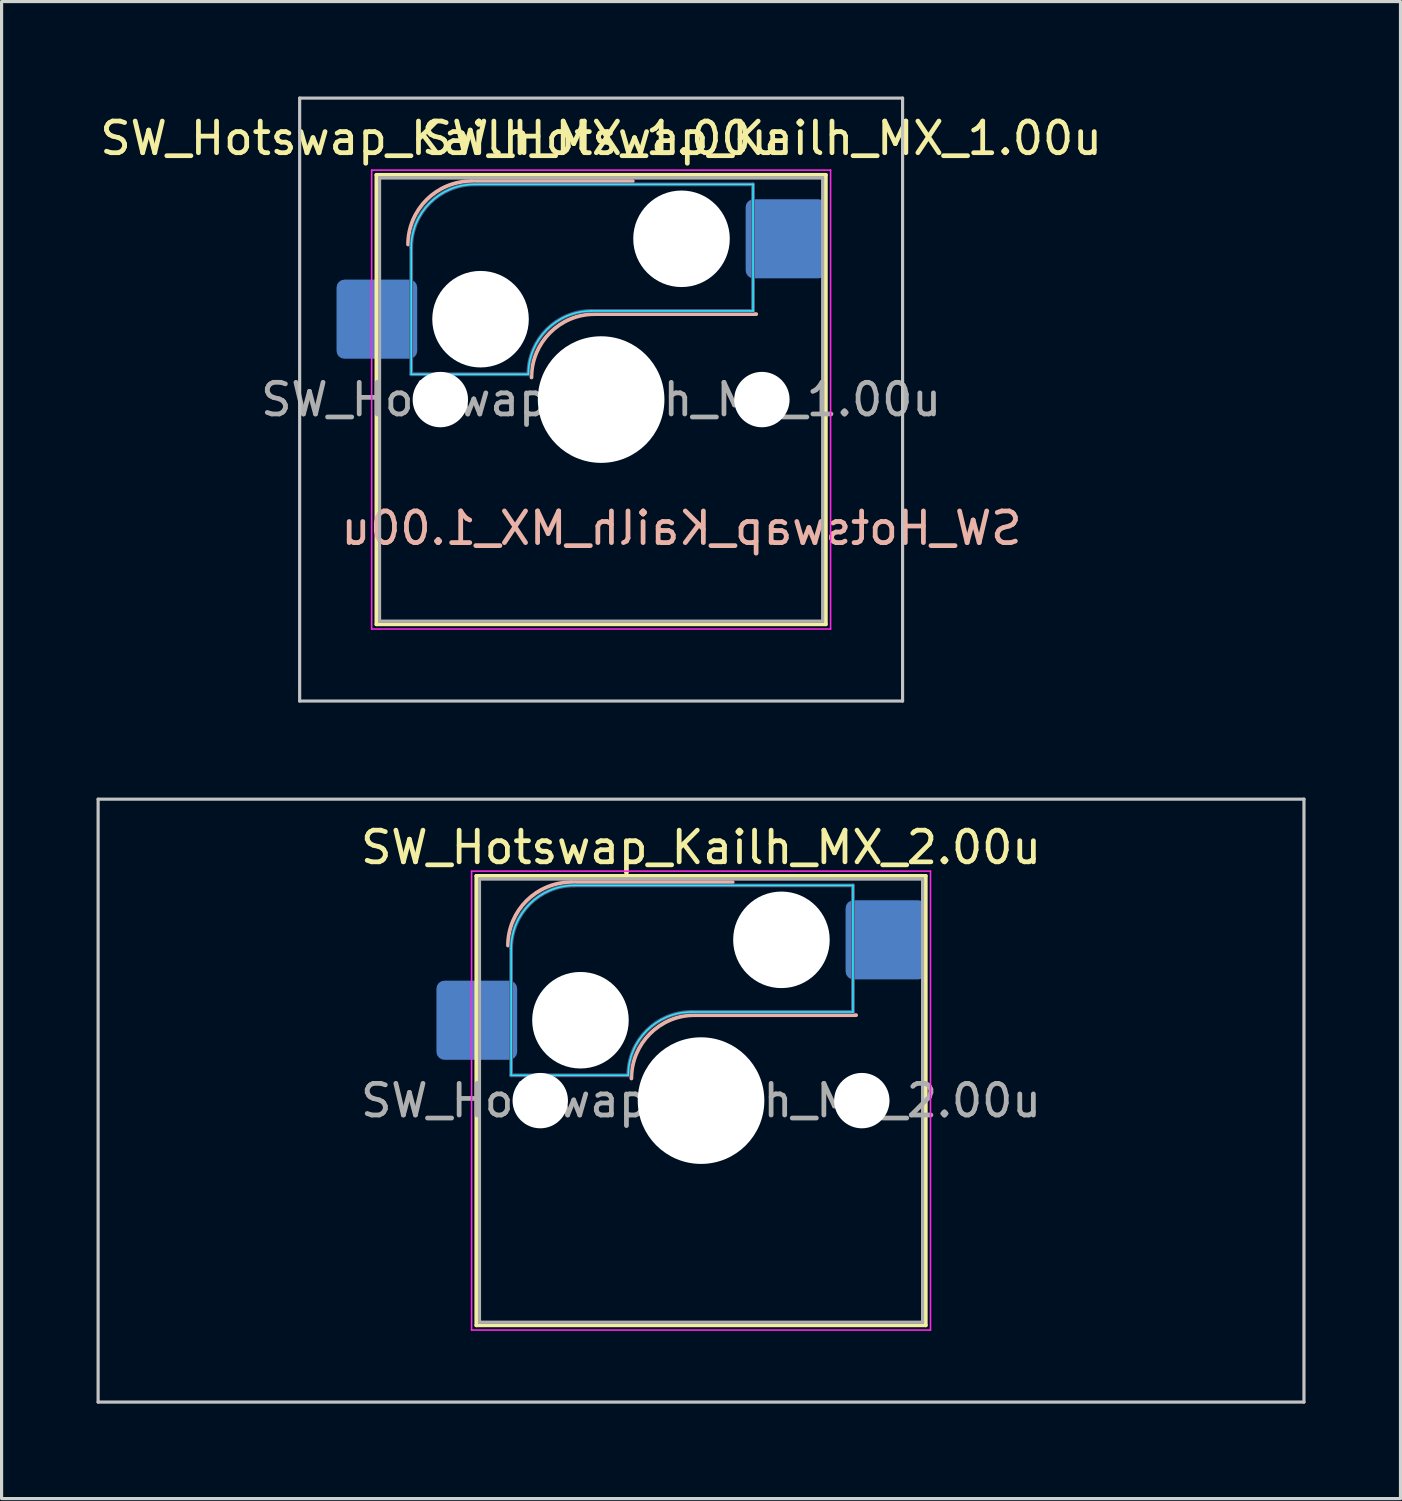
<source format=kicad_pcb>
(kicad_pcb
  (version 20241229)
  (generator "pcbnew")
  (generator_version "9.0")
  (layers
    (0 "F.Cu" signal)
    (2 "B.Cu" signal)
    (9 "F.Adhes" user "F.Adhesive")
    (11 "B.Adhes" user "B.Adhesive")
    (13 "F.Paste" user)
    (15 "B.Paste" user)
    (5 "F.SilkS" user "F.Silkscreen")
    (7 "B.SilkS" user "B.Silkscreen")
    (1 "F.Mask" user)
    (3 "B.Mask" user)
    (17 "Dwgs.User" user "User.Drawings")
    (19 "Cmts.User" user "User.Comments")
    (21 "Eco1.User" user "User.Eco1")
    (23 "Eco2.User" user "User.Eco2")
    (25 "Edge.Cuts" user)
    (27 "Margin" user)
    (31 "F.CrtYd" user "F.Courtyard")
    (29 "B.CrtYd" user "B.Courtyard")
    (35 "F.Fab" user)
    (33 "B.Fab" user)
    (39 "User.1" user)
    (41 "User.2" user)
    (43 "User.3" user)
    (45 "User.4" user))
  (footprint "SW_Hotswap_Kailh_MX_1.00u"
    (layer "F.Cu")
    (at 15.943 9.575)
    (property "Reference" "SW_Hotswap_Kailh_MX_1.00u" (at -5.08 -8.255 0) (layer "F.SilkS") (effects (font (size 1 1) (thickness 0.15))))
    (property "Value" "SW_Hotswap_Kailh_MX_1.00u" (at -2.54 4.064 0) (layer "B.SilkS") (hide yes) (effects (font (size 1 1) (thickness 0.15)) (justify mirror)))
    (attr smd)
    (fp_line (start -7.1 -7.1) (end -7.1 7.1) (stroke (width 0.12) (type solid)) (layer "F.SilkS"))
    (fp_line (start -7.1 7.1) (end 7.1 7.1) (stroke (width 0.12) (type solid)) (layer "F.SilkS"))
    (fp_line (start 7.1 -7.1) (end -7.1 -7.1) (stroke (width 0.12) (type solid)) (layer "F.SilkS"))
    (fp_line (start 7.1 7.1) (end 7.1 -7.1) (stroke (width 0.12) (type solid)) (layer "F.SilkS"))
    (fp_line (start -4.1 -6.9) (end 1 -6.9) (stroke (width 0.12) (type solid)) (layer "B.SilkS"))
    (fp_line (start -0.2 -2.7) (end 4.9 -2.7) (stroke (width 0.12) (type solid)) (layer "B.SilkS"))
    (fp_arc (start -6.1 -4.9) (mid -5.514214 -6.314214) (end -4.1 -6.9) (stroke (width 0.12) (type solid)) (layer "B.SilkS"))
    (fp_arc (start -2.2 -0.7) (mid -1.614214 -2.114214) (end -0.2 -2.7) (stroke (width 0.12) (type solid)) (layer "B.SilkS"))
    (fp_line (start -9.525 -9.525) (end -9.525 9.525) (stroke (width 0.1) (type solid)) (layer "Dwgs.User"))
    (fp_line (start -9.525 9.525) (end 9.525 9.525) (stroke (width 0.1) (type solid)) (layer "Dwgs.User"))
    (fp_line (start 9.525 -9.525) (end -9.525 -9.525) (stroke (width 0.1) (type solid)) (layer "Dwgs.User"))
    (fp_line (start 9.525 9.525) (end 9.525 -9.525) (stroke (width 0.1) (type solid)) (layer "Dwgs.User"))
    (fp_line (start -7.8 -6) (end -7 -6) (stroke (width 0.1) (type solid)) (layer "Eco1.User"))
    (fp_line (start -7.8 -2.9) (end -7.8 -6) (stroke (width 0.1) (type solid)) (layer "Eco1.User"))
    (fp_line (start -7.8 2.9) (end -7 2.9) (stroke (width 0.1) (type solid)) (layer "Eco1.User"))
    (fp_line (start -7.8 6) (end -7.8 2.9) (stroke (width 0.1) (type solid)) (layer "Eco1.User"))
    (fp_line (start -7 -7) (end 7 -7) (stroke (width 0.1) (type solid)) (layer "Eco1.User"))
    (fp_line (start -7 -6) (end -7 -7) (stroke (width 0.1) (type solid)) (layer "Eco1.User"))
    (fp_line (start -7 -2.9) (end -7.8 -2.9) (stroke (width 0.1) (type solid)) (layer "Eco1.User"))
    (fp_line (start -7 2.9) (end -7 -2.9) (stroke (width 0.1) (type solid)) (layer "Eco1.User"))
    (fp_line (start -7 6) (end -7.8 6) (stroke (width 0.1) (type solid)) (layer "Eco1.User"))
    (fp_line (start -7 7) (end -7 6) (stroke (width 0.1) (type solid)) (layer "Eco1.User"))
    (fp_line (start 7 -7) (end 7 -6) (stroke (width 0.1) (type solid)) (layer "Eco1.User"))
    (fp_line (start 7 -6) (end 7.8 -6) (stroke (width 0.1) (type solid)) (layer "Eco1.User"))
    (fp_line (start 7 -2.9) (end 7 2.9) (stroke (width 0.1) (type solid)) (layer "Eco1.User"))
    (fp_line (start 7 2.9) (end 7.8 2.9) (stroke (width 0.1) (type solid)) (layer "Eco1.User"))
    (fp_line (start 7 6) (end 7 7) (stroke (width 0.1) (type solid)) (layer "Eco1.User"))
    (fp_line (start 7 7) (end -7 7) (stroke (width 0.1) (type solid)) (layer "Eco1.User"))
    (fp_line (start 7.8 -6) (end 7.8 -2.9) (stroke (width 0.1) (type solid)) (layer "Eco1.User"))
    (fp_line (start 7.8 -2.9) (end 7 -2.9) (stroke (width 0.1) (type solid)) (layer "Eco1.User"))
    (fp_line (start 7.8 2.9) (end 7.8 6) (stroke (width 0.1) (type solid)) (layer "Eco1.User"))
    (fp_line (start 7.8 6) (end 7 6) (stroke (width 0.1) (type solid)) (layer "Eco1.User"))
    (fp_line (start -6 -0.8) (end -6 -4.8) (stroke (width 0.05) (type solid)) (layer "B.CrtYd"))
    (fp_line (start -6 -0.8) (end -2.3 -0.8) (stroke (width 0.05) (type solid)) (layer "B.CrtYd"))
    (fp_line (start -4 -6.8) (end 4.8 -6.8) (stroke (width 0.05) (type solid)) (layer "B.CrtYd"))
    (fp_line (start -0.3 -2.8) (end 4.8 -2.8) (stroke (width 0.05) (type solid)) (layer "B.CrtYd"))
    (fp_line (start 4.8 -6.8) (end 4.8 -2.8) (stroke (width 0.05) (type solid)) (layer "B.CrtYd"))
    (fp_arc (start -6 -4.8) (mid -5.414214 -6.214214) (end -4 -6.8) (stroke (width 0.05) (type solid)) (layer "B.CrtYd"))
    (fp_arc (start -2.3 -0.8) (mid -1.714214 -2.214214) (end -0.3 -2.8) (stroke (width 0.05) (type solid)) (layer "B.CrtYd"))
    (fp_line (start -7.25 -7.25) (end -7.25 7.25) (stroke (width 0.05) (type solid)) (layer "F.CrtYd"))
    (fp_line (start -7.25 7.25) (end 7.25 7.25) (stroke (width 0.05) (type solid)) (layer "F.CrtYd"))
    (fp_line (start 7.25 -7.25) (end -7.25 -7.25) (stroke (width 0.05) (type solid)) (layer "F.CrtYd"))
    (fp_line (start 7.25 7.25) (end 7.25 -7.25) (stroke (width 0.05) (type solid)) (layer "F.CrtYd"))
    (fp_line (start -6 -0.8) (end -6 -4.8) (stroke (width 0.12) (type solid)) (layer "B.Fab"))
    (fp_line (start -6 -0.8) (end -2.3 -0.8) (stroke (width 0.12) (type solid)) (layer "B.Fab"))
    (fp_line (start -4 -6.8) (end 4.8 -6.8) (stroke (width 0.12) (type solid)) (layer "B.Fab"))
    (fp_line (start -0.3 -2.8) (end 4.8 -2.8) (stroke (width 0.12) (type solid)) (layer "B.Fab"))
    (fp_line (start 4.8 -6.8) (end 4.8 -2.8) (stroke (width 0.12) (type solid)) (layer "B.Fab"))
    (fp_arc (start -6 -4.8) (mid -5.414214 -6.214214) (end -4 -6.8) (stroke (width 0.12) (type solid)) (layer "B.Fab"))
    (fp_arc (start -2.3 -0.8) (mid -1.714214 -2.214214) (end -0.3 -2.8) (stroke (width 0.12) (type solid)) (layer "B.Fab"))
    (fp_line (start -7 -7) (end -7 7) (stroke (width 0.1) (type solid)) (layer "F.Fab"))
    (fp_line (start -7 7) (end 7 7) (stroke (width 0.1) (type solid)) (layer "F.Fab"))
    (fp_line (start 7 -7) (end -7 -7) (stroke (width 0.1) (type solid)) (layer "F.Fab"))
    (fp_line (start 7 7) (end 7 -7) (stroke (width 0.1) (type solid)) (layer "F.Fab"))
    (fp_text user "${VALUE}" (at 5.08 -8.255 0) (layer "F.SilkS") (effects (font (size 1 1) (thickness 0.15))))
    (fp_text user "${REFERENCE}" (at 2.54 4.064 0) (layer "B.SilkS") (effects (font (size 1 1) (thickness 0.15)) (justify mirror)))
    (fp_text user "${REFERENCE}" (at 0 0 0) (layer "F.Fab") (effects (font (size 1 1) (thickness 0.15))))
    (pad "" np_thru_hole circle (at -5.08 0) (size 1.75 1.75) (drill 1.75) (layers "*.Cu" "*.Mask"))
    (pad "" np_thru_hole circle (at -3.81 -2.54) (size 3.05 3.05) (drill 3.05) (layers "*.Cu" "*.Mask"))
    (pad "" np_thru_hole circle (at 0 0) (size 4 4) (drill 4) (layers "*.Cu" "*.Mask"))
    (pad "" np_thru_hole circle (at 2.54 -5.08) (size 3.05 3.05) (drill 3.05) (layers "*.Cu" "*.Mask"))
    (pad "" np_thru_hole circle (at 5.08 0) (size 1.75 1.75) (drill 1.75) (layers "*.Cu" "*.Mask"))
    (pad "1" smd roundrect (at -7.085 -2.54) (size 2.55 2.5) (layers "B.Cu" "B.Mask" "B.Paste") (roundrect_rratio 0.1))
    (pad "2" smd roundrect (at 5.842 -5.08) (size 2.55 2.5) (layers "B.Cu" "B.Mask" "B.Paste") (roundrect_rratio 0.1)))
  (footprint "SW_Hotswap_Kailh_MX_2.00u"
    (layer "F.Cu")
    (at 19.1 31.725)
    (property "Reference" "SW_Hotswap_Kailh_MX_2.00u" (at 0 -8 0) (layer "F.SilkS") (effects (font (size 1 1) (thickness 0.15))))
    (attr smd)
    (fp_line (start -7.1 -7.1) (end -7.1 7.1) (stroke (width 0.12) (type solid)) (layer "F.SilkS"))
    (fp_line (start -7.1 7.1) (end 7.1 7.1) (stroke (width 0.12) (type solid)) (layer "F.SilkS"))
    (fp_line (start 7.1 -7.1) (end -7.1 -7.1) (stroke (width 0.12) (type solid)) (layer "F.SilkS"))
    (fp_line (start 7.1 7.1) (end 7.1 -7.1) (stroke (width 0.12) (type solid)) (layer "F.SilkS"))
    (fp_line (start -4.1 -6.9) (end 1 -6.9) (stroke (width 0.12) (type solid)) (layer "B.SilkS"))
    (fp_line (start -0.2 -2.7) (end 4.9 -2.7) (stroke (width 0.12) (type solid)) (layer "B.SilkS"))
    (fp_arc (start -6.1 -4.9) (mid -5.514214 -6.314214) (end -4.1 -6.9) (stroke (width 0.12) (type solid)) (layer "B.SilkS"))
    (fp_arc (start -2.2 -0.7) (mid -1.614214 -2.114214) (end -0.2 -2.7) (stroke (width 0.12) (type solid)) (layer "B.SilkS"))
    (fp_line (start -19.05 -9.525) (end -19.05 9.525) (stroke (width 0.1) (type solid)) (layer "Dwgs.User"))
    (fp_line (start -19.05 9.525) (end 19.05 9.525) (stroke (width 0.1) (type solid)) (layer "Dwgs.User"))
    (fp_line (start 19.05 -9.525) (end -19.05 -9.525) (stroke (width 0.1) (type solid)) (layer "Dwgs.User"))
    (fp_line (start 19.05 9.525) (end 19.05 -9.525) (stroke (width 0.1) (type solid)) (layer "Dwgs.User"))
    (fp_line (start -7.8 -6) (end -7 -6) (stroke (width 0.1) (type solid)) (layer "Eco1.User"))
    (fp_line (start -7.8 -2.9) (end -7.8 -6) (stroke (width 0.1) (type solid)) (layer "Eco1.User"))
    (fp_line (start -7.8 2.9) (end -7 2.9) (stroke (width 0.1) (type solid)) (layer "Eco1.User"))
    (fp_line (start -7.8 6) (end -7.8 2.9) (stroke (width 0.1) (type solid)) (layer "Eco1.User"))
    (fp_line (start -7 -7) (end 7 -7) (stroke (width 0.1) (type solid)) (layer "Eco1.User"))
    (fp_line (start -7 -6) (end -7 -7) (stroke (width 0.1) (type solid)) (layer "Eco1.User"))
    (fp_line (start -7 -2.9) (end -7.8 -2.9) (stroke (width 0.1) (type solid)) (layer "Eco1.User"))
    (fp_line (start -7 2.9) (end -7 -2.9) (stroke (width 0.1) (type solid)) (layer "Eco1.User"))
    (fp_line (start -7 6) (end -7.8 6) (stroke (width 0.1) (type solid)) (layer "Eco1.User"))
    (fp_line (start -7 7) (end -7 6) (stroke (width 0.1) (type solid)) (layer "Eco1.User"))
    (fp_line (start 7 -7) (end 7 -6) (stroke (width 0.1) (type solid)) (layer "Eco1.User"))
    (fp_line (start 7 -6) (end 7.8 -6) (stroke (width 0.1) (type solid)) (layer "Eco1.User"))
    (fp_line (start 7 -2.9) (end 7 2.9) (stroke (width 0.1) (type solid)) (layer "Eco1.User"))
    (fp_line (start 7 2.9) (end 7.8 2.9) (stroke (width 0.1) (type solid)) (layer "Eco1.User"))
    (fp_line (start 7 6) (end 7 7) (stroke (width 0.1) (type solid)) (layer "Eco1.User"))
    (fp_line (start 7 7) (end -7 7) (stroke (width 0.1) (type solid)) (layer "Eco1.User"))
    (fp_line (start 7.8 -6) (end 7.8 -2.9) (stroke (width 0.1) (type solid)) (layer "Eco1.User"))
    (fp_line (start 7.8 -2.9) (end 7 -2.9) (stroke (width 0.1) (type solid)) (layer "Eco1.User"))
    (fp_line (start 7.8 2.9) (end 7.8 6) (stroke (width 0.1) (type solid)) (layer "Eco1.User"))
    (fp_line (start 7.8 6) (end 7 6) (stroke (width 0.1) (type solid)) (layer "Eco1.User"))
    (fp_line (start -6 -0.8) (end -6 -4.8) (stroke (width 0.05) (type solid)) (layer "B.CrtYd"))
    (fp_line (start -6 -0.8) (end -2.3 -0.8) (stroke (width 0.05) (type solid)) (layer "B.CrtYd"))
    (fp_line (start -4 -6.8) (end 4.8 -6.8) (stroke (width 0.05) (type solid)) (layer "B.CrtYd"))
    (fp_line (start -0.3 -2.8) (end 4.8 -2.8) (stroke (width 0.05) (type solid)) (layer "B.CrtYd"))
    (fp_line (start 4.8 -6.8) (end 4.8 -2.8) (stroke (width 0.05) (type solid)) (layer "B.CrtYd"))
    (fp_arc (start -6 -4.8) (mid -5.414214 -6.214214) (end -4 -6.8) (stroke (width 0.05) (type solid)) (layer "B.CrtYd"))
    (fp_arc (start -2.3 -0.8) (mid -1.714214 -2.214214) (end -0.3 -2.8) (stroke (width 0.05) (type solid)) (layer "B.CrtYd"))
    (fp_line (start -7.25 -7.25) (end -7.25 7.25) (stroke (width 0.05) (type solid)) (layer "F.CrtYd"))
    (fp_line (start -7.25 7.25) (end 7.25 7.25) (stroke (width 0.05) (type solid)) (layer "F.CrtYd"))
    (fp_line (start 7.25 -7.25) (end -7.25 -7.25) (stroke (width 0.05) (type solid)) (layer "F.CrtYd"))
    (fp_line (start 7.25 7.25) (end 7.25 -7.25) (stroke (width 0.05) (type solid)) (layer "F.CrtYd"))
    (fp_line (start -6 -0.8) (end -6 -4.8) (stroke (width 0.12) (type solid)) (layer "B.Fab"))
    (fp_line (start -6 -0.8) (end -2.3 -0.8) (stroke (width 0.12) (type solid)) (layer "B.Fab"))
    (fp_line (start -4 -6.8) (end 4.8 -6.8) (stroke (width 0.12) (type solid)) (layer "B.Fab"))
    (fp_line (start -0.3 -2.8) (end 4.8 -2.8) (stroke (width 0.12) (type solid)) (layer "B.Fab"))
    (fp_line (start 4.8 -6.8) (end 4.8 -2.8) (stroke (width 0.12) (type solid)) (layer "B.Fab"))
    (fp_arc (start -6 -4.8) (mid -5.414214 -6.214214) (end -4 -6.8) (stroke (width 0.12) (type solid)) (layer "B.Fab"))
    (fp_arc (start -2.3 -0.8) (mid -1.714214 -2.214214) (end -0.3 -2.8) (stroke (width 0.12) (type solid)) (layer "B.Fab"))
    (fp_line (start -7 -7) (end -7 7) (stroke (width 0.1) (type solid)) (layer "F.Fab"))
    (fp_line (start -7 7) (end 7 7) (stroke (width 0.1) (type solid)) (layer "F.Fab"))
    (fp_line (start 7 -7) (end -7 -7) (stroke (width 0.1) (type solid)) (layer "F.Fab"))
    (fp_line (start 7 7) (end 7 -7) (stroke (width 0.1) (type solid)) (layer "F.Fab"))
    (fp_text user "${REFERENCE}" (at 0 0 0) (layer "F.Fab") (effects (font (size 1 1) (thickness 0.15))))
    (pad "" np_thru_hole circle (at -5.08 0) (size 1.75 1.75) (drill 1.75) (layers "*.Cu" "*.Mask"))
    (pad "" np_thru_hole circle (at -3.81 -2.54) (size 3.05 3.05) (drill 3.05) (layers "*.Cu" "*.Mask"))
    (pad "" np_thru_hole circle (at 0 0) (size 4 4) (drill 4) (layers "*.Cu" "*.Mask"))
    (pad "" np_thru_hole circle (at 2.54 -5.08) (size 3.05 3.05) (drill 3.05) (layers "*.Cu" "*.Mask"))
    (pad "" np_thru_hole circle (at 5.08 0) (size 1.75 1.75) (drill 1.75) (layers "*.Cu" "*.Mask"))
    (pad "1" smd roundrect (at -7.085 -2.54) (size 2.55 2.5) (layers "B.Cu" "B.Mask" "B.Paste") (roundrect_rratio 0.1))
    (pad "2" smd roundrect (at 5.842 -5.08) (size 2.55 2.5) (layers "B.Cu" "B.Mask" "B.Paste") (roundrect_rratio 0.1)))
  (gr_rect
    (start -3 -3)
    (end 41.2 44.3)
    (stroke (width 0.1) (type default))
    (fill no)
    (layer "Edge.Cuts")))
</source>
